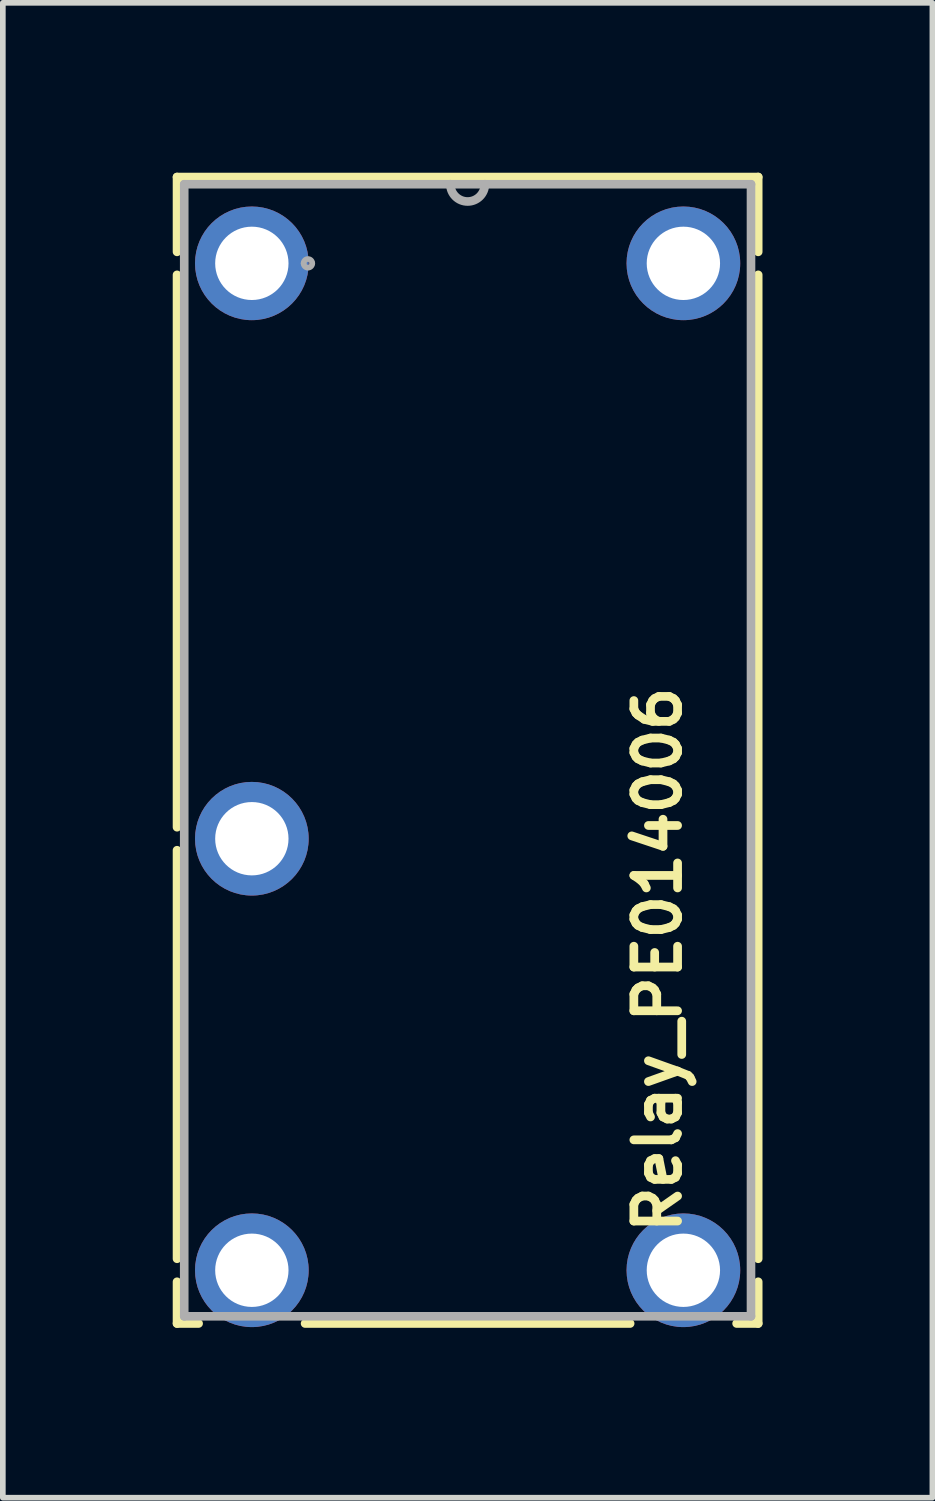
<source format=kicad_pcb>
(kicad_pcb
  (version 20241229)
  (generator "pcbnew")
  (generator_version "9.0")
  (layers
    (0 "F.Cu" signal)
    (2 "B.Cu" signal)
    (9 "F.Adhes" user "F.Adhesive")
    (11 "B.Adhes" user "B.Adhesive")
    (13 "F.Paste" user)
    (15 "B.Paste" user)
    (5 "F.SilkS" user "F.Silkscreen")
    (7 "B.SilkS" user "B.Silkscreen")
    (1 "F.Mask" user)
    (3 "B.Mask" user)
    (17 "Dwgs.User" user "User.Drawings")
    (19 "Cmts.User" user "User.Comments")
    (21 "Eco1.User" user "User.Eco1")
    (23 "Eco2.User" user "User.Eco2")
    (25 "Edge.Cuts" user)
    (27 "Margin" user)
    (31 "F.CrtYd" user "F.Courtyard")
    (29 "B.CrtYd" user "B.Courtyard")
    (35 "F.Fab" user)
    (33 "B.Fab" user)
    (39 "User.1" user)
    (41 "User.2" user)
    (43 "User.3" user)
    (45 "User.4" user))
  (footprint "Relay_PE014006"
    (layer "F.Cu")
    (at 5.207 10.198)
    (property "Reference" "Relay_PE014006" (at 3.81 8.598 90) (layer "F.SilkS") (effects (font (size 0.772 0.772) (thickness 0.154)) (justify left bottom)))
    (attr through_hole)
    (fp_line (start -5.131 -10.122) (end -5.131 -8.801) (stroke (width 0.152) (type solid)) (layer "F.SilkS"))
    (fp_line (start -5.131 -8.395) (end -5.131 1.359) (stroke (width 0.152) (type solid)) (layer "F.SilkS"))
    (fp_line (start -5.131 1.765) (end -5.131 8.979) (stroke (width 0.152) (type solid)) (layer "F.SilkS"))
    (fp_line (start -5.131 9.385) (end -5.131 10.122) (stroke (width 0.152) (type solid)) (layer "F.SilkS"))
    (fp_line (start -5.131 10.122) (end -4.75 10.122) (stroke (width 0.152) (type solid)) (layer "F.SilkS"))
    (fp_line (start -2.87 10.122) (end 2.87 10.122) (stroke (width 0.152) (type solid)) (layer "F.SilkS"))
    (fp_line (start 4.75 10.122) (end 5.131 10.122) (stroke (width 0.152) (type solid)) (layer "F.SilkS"))
    (fp_line (start 5.131 -10.122) (end -5.131 -10.122) (stroke (width 0.152) (type solid)) (layer "F.SilkS"))
    (fp_line (start 5.131 -8.801) (end 5.131 -10.122) (stroke (width 0.152) (type solid)) (layer "F.SilkS"))
    (fp_line (start 5.131 8.979) (end 5.131 -8.395) (stroke (width 0.152) (type solid)) (layer "F.SilkS"))
    (fp_line (start 5.131 10.122) (end 5.131 9.385) (stroke (width 0.152) (type solid)) (layer "F.SilkS"))
    (fp_line (start -5.004 -9.995) (end -5.004 9.995) (stroke (width 0.152) (type solid)) (layer "F.Fab"))
    (fp_line (start -5.004 9.995) (end 5.004 9.995) (stroke (width 0.152) (type solid)) (layer "F.Fab"))
    (fp_line (start -0.305 -9.995) (end -5.004 -9.995) (stroke (width 0.152) (type solid)) (layer "F.Fab"))
    (fp_line (start 0.305 -9.995) (end -0.305 -9.995) (stroke (width 0.152) (type solid)) (layer "F.Fab"))
    (fp_line (start 5.004 -9.995) (end 0.305 -9.995) (stroke (width 0.152) (type solid)) (layer "F.Fab"))
    (fp_line (start 5.004 9.995) (end 5.004 -9.995) (stroke (width 0.152) (type solid)) (layer "F.Fab"))
    (fp_arc (start -2.8956 -8.5979) (mid -2.8194 -8.6741) (end -2.7432 -8.5979) (stroke (width 0.1) (type solid)) (layer "F.Fab"))
    (fp_arc (start -2.7432 -8.5979) (mid -2.8194 -8.5217) (end -2.8956 -8.5979) (stroke (width 0.1) (type solid)) (layer "F.Fab"))
    (fp_arc (start 0.3048 -9.9949) (mid 0 -9.6901) (end -0.3048 -9.9949) (stroke (width 0.1524) (type solid)) (layer "F.Fab"))
    (pad "1" thru_hole circle (at -3.81 -8.598) (size 2.007 2.007) (drill 1.295) (layers "*.Cu" "*.Mask"))
    (pad "5" thru_hole circle (at 3.81 -8.598) (size 2.007 2.007) (drill 1.295) (layers "*.Cu" "*.Mask"))
    (pad "11" thru_hole circle (at -3.81 1.562) (size 2.007 2.007) (drill 1.295) (layers "*.Cu" "*.Mask"))
    (pad "12" thru_hole circle (at 3.81 9.182 180) (size 2.007 2.007) (drill 1.295) (layers "*.Cu" "*.Mask"))
    (pad "14" thru_hole circle (at -3.81 9.182) (size 2.007 2.007) (drill 1.295) (layers "*.Cu" "*.Mask")))
  (gr_rect
    (start -3 -3)
    (end 13.414 23.396)
    (stroke (width 0.1) (type default))
    (fill no)
    (layer "Edge.Cuts")))
</source>
